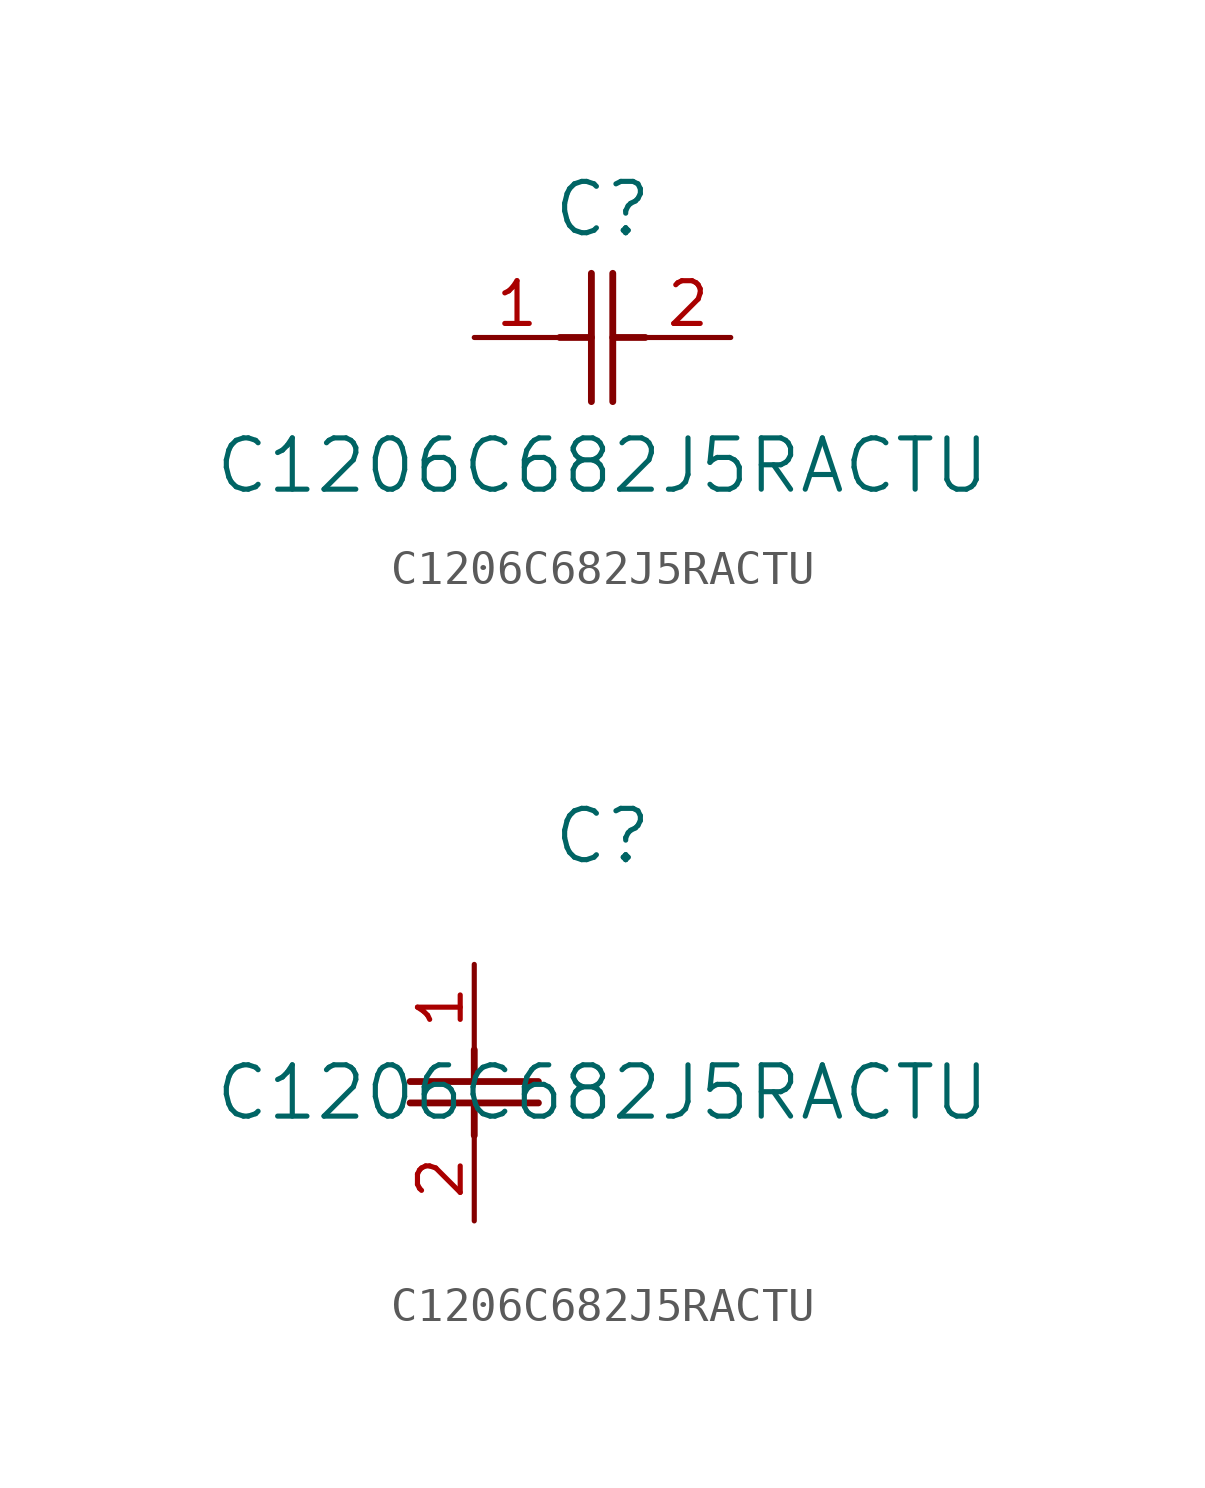
<source format=kicad_sym>
(kicad_symbol_lib
  (version 20211014)
  (generator kicad_symbol_editor)
  (symbol "C1206C682J5RACTU"
    (pin_names
      (offset 0.254))
    (property "Reference" "C"
      (at 3.81 3.81 0)
      (effects (font (size 1.524 1.524))))
    (property "Value" "C1206C682J5RACTU"
      (at 3.81 -3.81 0)
      (effects (font (size 1.524 1.524))))
    (symbol "C1206C682J5RACTU_1_1"
      (polyline (pts (xy 3.48 -1.905) (xy 3.48 1.905)) (stroke (width 0.203) (type default) (color 0 0 0 0)) (fill (type none)))
      (polyline (pts (xy 4.115 -1.905) (xy 4.115 1.905)) (stroke (width 0.203) (type default) (color 0 0 0 0)) (fill (type none)))
      (polyline (pts (xy 4.115 0) (xy 5.08 0)) (stroke (width 0.203) (type default) (color 0 0 0 0)) (fill (type none)))
      (polyline (pts (xy 2.54 0) (xy 3.48 0)) (stroke (width 0.203) (type default) (color 0 0 0 0)) (fill (type none)))
      (pin unspecified line (at 0 0 0) (length 2.54) (name "" (effects (font (size 1.27 1.27)))) (number "1" (effects (font (size 1.27 1.27)))))
      (pin unspecified line (at 7.62 0 180) (length 2.54) (name "" (effects (font (size 1.27 1.27)))) (number "2" (effects (font (size 1.27 1.27))))))
    (symbol "C1206C682J5RACTU_1_2"
      (polyline (pts (xy -1.905 -3.48) (xy 1.905 -3.48)) (stroke (width 0.203) (type default) (color 0 0 0 0)) (fill (type none)))
      (polyline (pts (xy -1.905 -4.115) (xy 1.905 -4.115)) (stroke (width 0.203) (type default) (color 0 0 0 0)) (fill (type none)))
      (polyline (pts (xy 0 -4.115) (xy 0 -5.08)) (stroke (width 0.203) (type default) (color 0 0 0 0)) (fill (type none)))
      (polyline (pts (xy 0 -2.54) (xy 0 -3.48)) (stroke (width 0.203) (type default) (color 0 0 0 0)) (fill (type none)))
      (pin unspecified line (at 0 0 270) (length 2.54) (name "" (effects (font (size 1.27 1.27)))) (number "1" (effects (font (size 1.27 1.27)))))
      (pin unspecified line (at 0 -7.62 90) (length 2.54) (name "" (effects (font (size 1.27 1.27)))) (number "2" (effects (font (size 1.27 1.27))))))))
</source>
